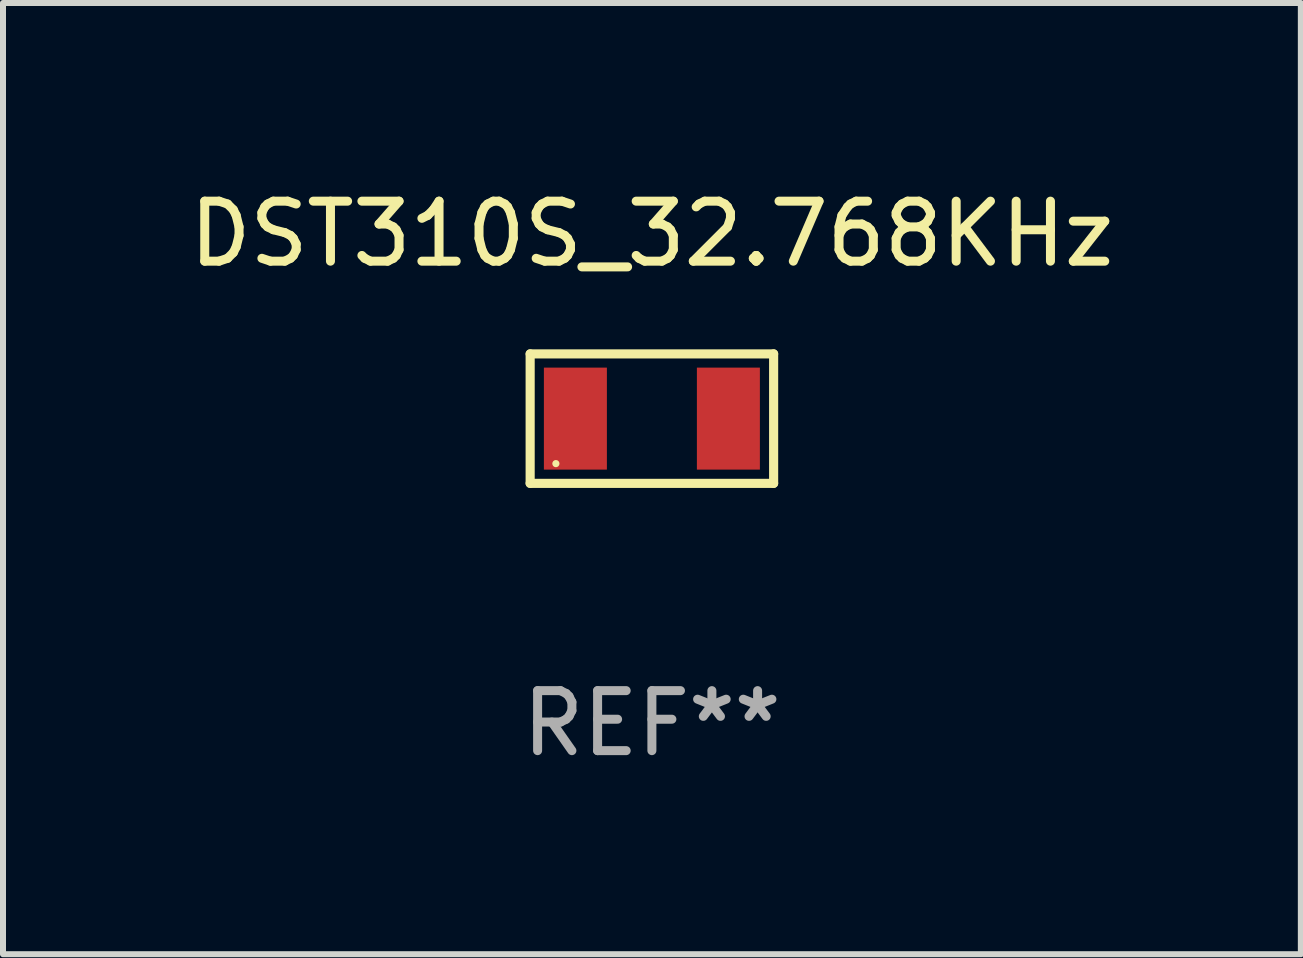
<source format=kicad_pcb>
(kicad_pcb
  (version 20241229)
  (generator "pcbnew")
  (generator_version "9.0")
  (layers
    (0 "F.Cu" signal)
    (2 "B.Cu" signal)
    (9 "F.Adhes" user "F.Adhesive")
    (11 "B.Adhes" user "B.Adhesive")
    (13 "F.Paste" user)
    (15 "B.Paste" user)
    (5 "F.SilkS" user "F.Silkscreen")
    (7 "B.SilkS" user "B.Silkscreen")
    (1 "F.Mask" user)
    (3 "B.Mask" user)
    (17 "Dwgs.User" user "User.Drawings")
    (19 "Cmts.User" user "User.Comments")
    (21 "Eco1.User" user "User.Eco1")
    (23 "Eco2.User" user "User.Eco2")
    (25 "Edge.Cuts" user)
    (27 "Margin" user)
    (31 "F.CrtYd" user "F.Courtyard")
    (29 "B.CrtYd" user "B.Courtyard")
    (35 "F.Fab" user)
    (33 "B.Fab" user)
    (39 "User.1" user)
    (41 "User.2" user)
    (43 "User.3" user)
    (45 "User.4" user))
  (footprint "DST310S_32.768KHz"
    (layer "F.Cu")
    (at 7.815 3.927)
    (property "Reference" "DST310S_32.768KHz" (at 0 -3.079 0) (layer "F.SilkS") (effects (font (size 1 1) (thickness 0.15))))
    (attr through_hole)
    (fp_line (start -2.029 -1.079) (end 2.029 -1.079) (stroke (width 0.152) (type solid)) (layer "F.SilkS"))
    (fp_line (start -2.029 1.079) (end -2.029 -1.079) (stroke (width 0.152) (type solid)) (layer "F.SilkS"))
    (fp_line (start 2.029 -1.079) (end 2.029 1.079) (stroke (width 0.152) (type solid)) (layer "F.SilkS"))
    (fp_line (start 2.029 1.079) (end -2.029 1.079) (stroke (width 0.152) (type solid)) (layer "F.SilkS"))
    (fp_circle (center -1.6 0.75) (end -1.57 0.75) (stroke (width 0.06) (type solid)) (fill no) (layer "F.SilkS"))
    (fp_text user "REF**" (at 0 5.079 0) (layer "F.Fab") (effects (font (size 1 1) (thickness 0.15))))
    (pad "1" smd rect (at -1.275 0) (size 1.05 1.7) (layers "F.Cu" "F.Mask" "F.Paste"))
    (pad "2" smd rect (at 1.275 0) (size 1.05 1.7) (layers "F.Cu" "F.Mask" "F.Paste")))
  (gr_rect
    (start -3 -3)
    (end 18.631 12.854)
    (stroke (width 0.1) (type default))
    (fill no)
    (layer "Edge.Cuts")))
</source>
